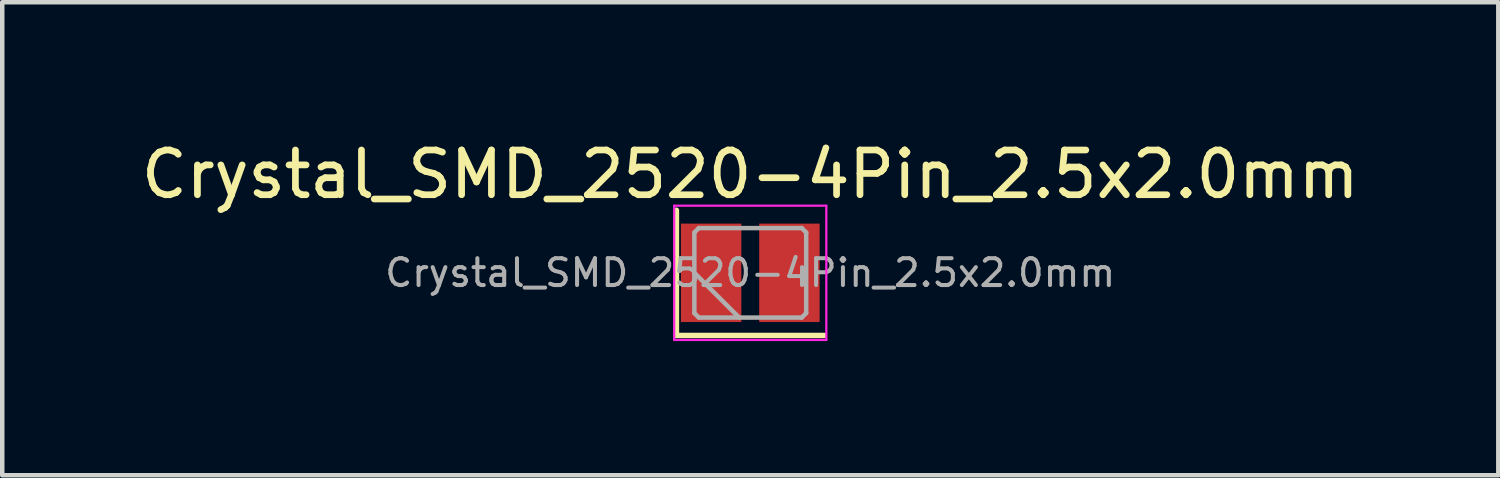
<source format=kicad_pcb>
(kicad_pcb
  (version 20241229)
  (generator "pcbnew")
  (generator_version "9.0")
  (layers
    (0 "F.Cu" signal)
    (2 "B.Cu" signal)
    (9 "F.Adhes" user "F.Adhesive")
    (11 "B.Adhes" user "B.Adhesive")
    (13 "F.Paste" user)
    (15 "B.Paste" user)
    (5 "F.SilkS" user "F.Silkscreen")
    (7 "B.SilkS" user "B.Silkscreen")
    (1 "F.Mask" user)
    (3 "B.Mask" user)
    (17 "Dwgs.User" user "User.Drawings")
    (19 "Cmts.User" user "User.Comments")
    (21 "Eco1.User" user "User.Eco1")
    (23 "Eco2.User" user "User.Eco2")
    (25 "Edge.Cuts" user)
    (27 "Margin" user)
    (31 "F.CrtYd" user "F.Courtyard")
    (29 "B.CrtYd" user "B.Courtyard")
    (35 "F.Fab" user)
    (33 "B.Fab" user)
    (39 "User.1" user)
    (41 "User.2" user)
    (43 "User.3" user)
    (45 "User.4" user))
  (footprint "Crystal_SMD_2520-4Pin_2.5x2.0mm"
    (layer "F.Cu")
    (at 13.72 3.048)
    (property "Reference" "Crystal_SMD_2520-4Pin_2.5x2.0mm" (at 0 -2.2 0) (layer "F.SilkS") (effects (font (size 1 1) (thickness 0.15))))
    (attr smd)
    (fp_line (start -1.65 -1.4) (end -1.65 1.4) (stroke (width 0.12) (type solid)) (layer "F.SilkS"))
    (fp_line (start -1.65 1.4) (end 1.65 1.4) (stroke (width 0.12) (type solid)) (layer "F.SilkS"))
    (fp_line (start -1.7 -1.5) (end -1.7 1.5) (stroke (width 0.05) (type solid)) (layer "F.CrtYd"))
    (fp_line (start -1.7 1.5) (end 1.7 1.5) (stroke (width 0.05) (type solid)) (layer "F.CrtYd"))
    (fp_line (start 1.7 -1.5) (end -1.7 -1.5) (stroke (width 0.05) (type solid)) (layer "F.CrtYd"))
    (fp_line (start 1.7 1.5) (end 1.7 -1.5) (stroke (width 0.05) (type solid)) (layer "F.CrtYd"))
    (fp_line (start -1.25 -0.9) (end -1.15 -1) (stroke (width 0.1) (type solid)) (layer "F.Fab"))
    (fp_line (start -1.25 0) (end -0.25 1) (stroke (width 0.1) (type solid)) (layer "F.Fab"))
    (fp_line (start -1.25 0.9) (end -1.25 -0.9) (stroke (width 0.1) (type solid)) (layer "F.Fab"))
    (fp_line (start -1.15 -1) (end 1.15 -1) (stroke (width 0.1) (type solid)) (layer "F.Fab"))
    (fp_line (start -1.15 1) (end -1.25 0.9) (stroke (width 0.1) (type solid)) (layer "F.Fab"))
    (fp_line (start 1.15 -1) (end 1.25 -0.9) (stroke (width 0.1) (type solid)) (layer "F.Fab"))
    (fp_line (start 1.15 1) (end -1.15 1) (stroke (width 0.1) (type solid)) (layer "F.Fab"))
    (fp_line (start 1.25 -0.9) (end 1.25 0.9) (stroke (width 0.1) (type solid)) (layer "F.Fab"))
    (fp_line (start 1.25 0.9) (end 1.15 1) (stroke (width 0.1) (type solid)) (layer "F.Fab"))
    (fp_text user "${REFERENCE}" (at 0 0 0) (layer "F.Fab") (effects (font (size 0.6 0.6) (thickness 0.09))))
    (pad "1" smd rect (at -0.875 0) (size 1.35 2.2) (layers "F.Cu" "F.Mask" "F.Paste"))
    (pad "2" smd rect (at 0.875 0) (size 1.35 2.2) (layers "F.Cu" "F.Mask" "F.Paste")))
  (gr_rect
    (start -3 -3)
    (end 30.44 7.573)
    (stroke (width 0.1) (type default))
    (fill no)
    (layer "Edge.Cuts")))
</source>
